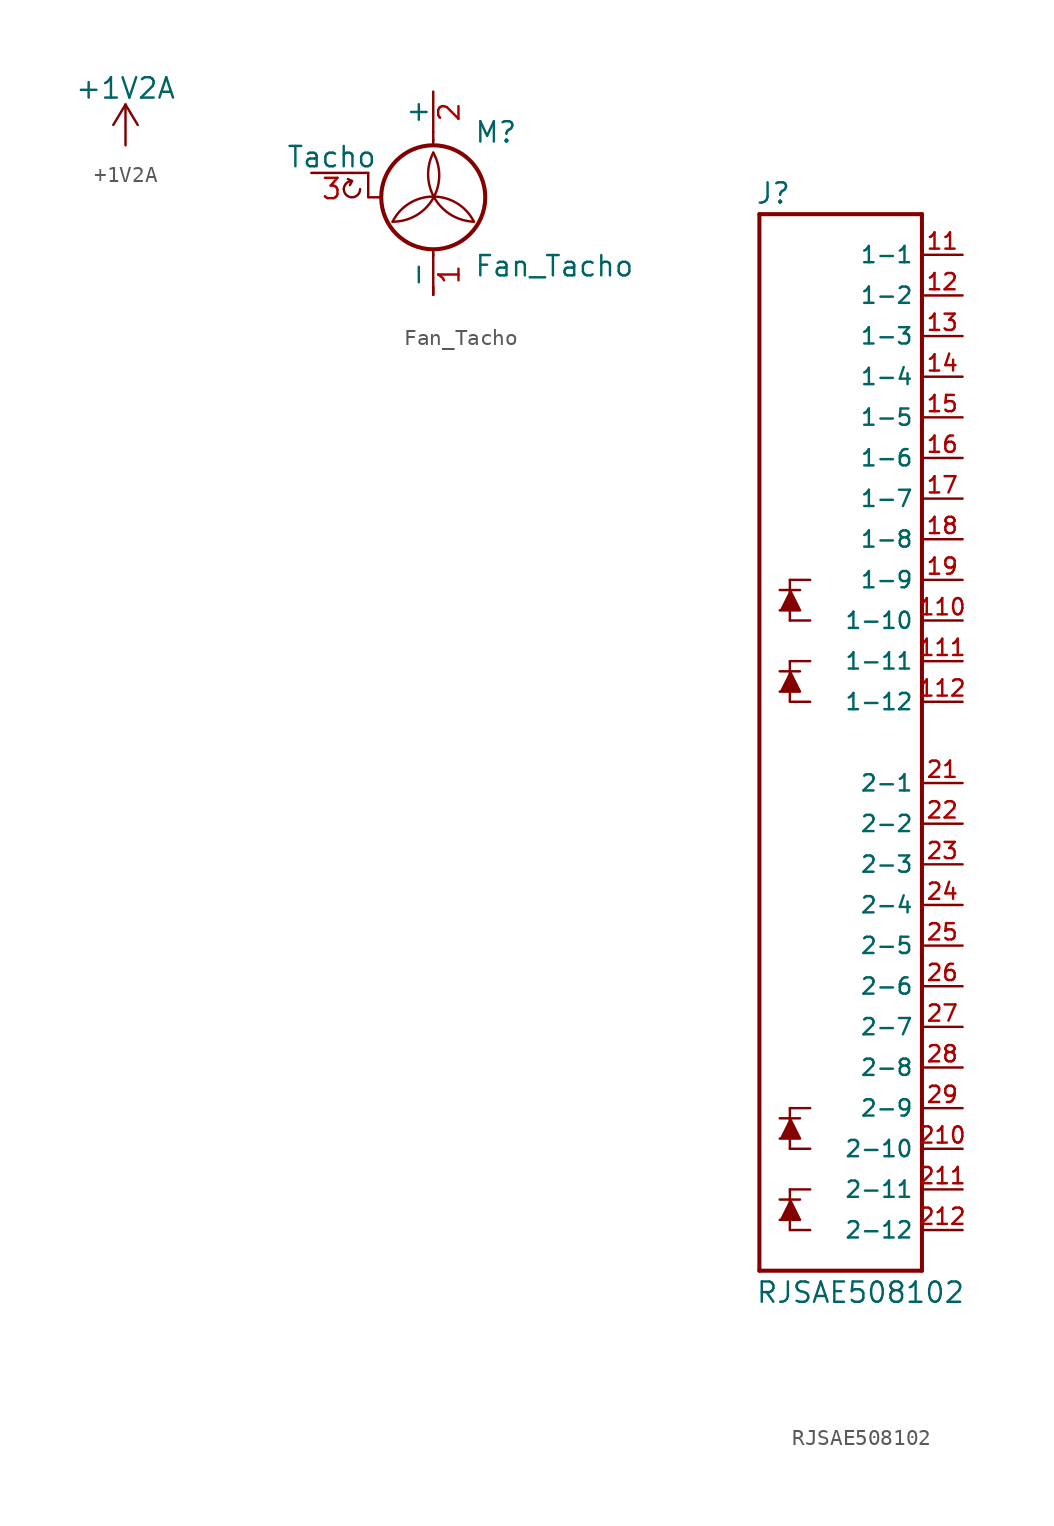
<source format=kicad_sym>
(kicad_symbol_lib
  (version 20200126)
  (host kicad_symbol_editor "5.99.0-unknown-1973153~101~ubuntu20.04.1")
  (symbol "L1Switch:+1V2A"
    (power)
    (pin_names
      (offset 0))
    (property "Reference" "#PWR"
      (at 0 -3.81 0)
      (effects (font (size 1.27 1.27)) hide))
    (property "Value" "+1V2A"
      (at 0 3.556 0)
      (effects (font (size 1.27 1.27))))
    (symbol "+1V2A_0_1"
      (polyline (pts (xy -0.762 1.27) (xy 0 2.54)) (stroke (width 0)) (fill (type none)))
      (polyline (pts (xy 0 0) (xy 0 2.54)) (stroke (width 0)) (fill (type none)))
      (polyline (pts (xy 0 2.54) (xy 0.762 1.27)) (stroke (width 0)) (fill (type none))))
    (symbol "+1V2A_1_1"
      (pin power_in line (at 0 0 90) (length 0) hide (name "+1V2A" (effects (font (size 1.27 1.27)))) (number "1" (effects (font (size 1.27 1.27)))))))
  (symbol "L1Switch:Fan_Tacho"
    (pin_names
      (offset 0))
    (property "Reference" "M"
      (at 2.54 2.54 0)
      (effects (font (size 1.27 1.27)) (justify left)))
    (property "Value" "Fan_Tacho"
      (at 2.54 -5.08 0)
      (effects (font (size 1.27 1.27)) (justify left top)))
    (symbol "Fan_Tacho_0_0"
      (arc (start -5.588 -1.016) (end -5.08 -0.508) (radius (at -5.08 -1.016) (length 0.508) (angles 180 90)) (stroke (width 0)) (fill (type none)))
      (arc (start -5.588 -1.016) (end -4.572 -1.016) (radius (at -5.08 -1.016) (length 0.508) (angles -179.9 -0.1)) (stroke (width 0)) (fill (type none)))
      (polyline (pts (xy -5.08 -0.508) (xy -5.334 -0.381)) (stroke (width 0)) (fill (type none)))
      (polyline (pts (xy -5.08 -0.508) (xy -5.207 -0.762)) (stroke (width 0)) (fill (type none)))
      (polyline (pts (xy -4.064 0) (xy -4.064 -1.524) (xy -3.302 -1.524)) (stroke (width 0)) (fill (type none))))
    (symbol "Fan_Tacho_0_1"
      (arc (start 0 1.27) (end -2.54 -3.048) (radius (at -2.4892 -0.1524) (length 2.8702) (angles 29.7 -91)) (stroke (width 0)) (fill (type none)))
      (arc (start -2.54 -3.048) (end 2.54 -3.048) (radius (at 0 -4.318) (length 2.8448) (angles 153.4 26.6)) (stroke (width 0)) (fill (type none)))
      (arc (start 2.54 -3.048) (end 0 1.27) (radius (at 2.6162 -0.127) (length 2.921) (angles -91.5 151.9)) (stroke (width 0)) (fill (type none)))
      (circle (center 0 -1.524) (radius 3.251) (stroke (width 0.254)) (fill (type none)))
      (polyline (pts (xy -4.064 0) (xy -5.08 0)) (stroke (width 0)) (fill (type none)))
      (polyline (pts (xy 0 -7.62) (xy 0 -7.112)) (stroke (width 0)) (fill (type none)))
      (polyline (pts (xy 0 -4.775) (xy 0 -5.182)) (stroke (width 0)) (fill (type none)))
      (polyline (pts (xy 0 1.727) (xy 0 2.083)) (stroke (width 0)) (fill (type none)))
      (polyline (pts (xy 0 2.032) (xy 0 2.54)) (stroke (width 0)) (fill (type none))))
    (symbol "Fan_Tacho_1_1"
      (pin passive line (at -7.62 0 0) (length 2.54) (name "Tacho" (effects (font (size 1.27 1.27)))) (number "3" (effects (font (size 1.27 1.27)))))
      (pin passive line (at 0 5.08 270) (length 2.54) (name "+" (effects (font (size 1.27 1.27)))) (number "2" (effects (font (size 1.27 1.27)))))
      (pin passive line (at 0 -7.62 90) (length 2.54) (name "-" (effects (font (size 1.27 1.27)))) (number "1" (effects (font (size 1.27 1.27)))))))
  (symbol "L1Switch:RJSAE508102"
    (property "Reference" "J"
      (at -5.334 31.039 0)
      (effects (font (size 1.27 1.27)) (justify left bottom)))
    (property "Value" "RJSAE508102"
      (at -5.334 -37.668 0)
      (effects (font (size 1.27 1.27)) (justify left bottom)))
    (property "ki_locked" ""
      (at 0 0 0)
      (effects (font (size 1.27 1.27))))
    (symbol "RJSAE508102_0_0"
      (polyline (pts (xy -5.08 -35.56) (xy -5.08 30.48)) (stroke (width 0.254)) (fill (type none)))
      (polyline (pts (xy -5.08 30.48) (xy 5.08 30.48)) (stroke (width 0.254)) (fill (type none)))
      (polyline (pts (xy -3.81 -31.115) (xy -2.54 -31.115)) (stroke (width 0.152)) (fill (type none)))
      (polyline (pts (xy -3.81 -26.035) (xy -2.54 -26.035)) (stroke (width 0.152)) (fill (type none)))
      (polyline (pts (xy -3.81 1.905) (xy -2.54 1.905)) (stroke (width 0.152)) (fill (type none)))
      (polyline (pts (xy -3.81 6.985) (xy -2.54 6.985)) (stroke (width 0.152)) (fill (type none)))
      (polyline (pts (xy -3.175 -33.02) (xy -1.905 -33.02)) (stroke (width 0.152)) (fill (type none)))
      (polyline (pts (xy -3.175 -30.48) (xy -3.175 -33.02)) (stroke (width 0.152)) (fill (type none)))
      (polyline (pts (xy -3.175 -27.94) (xy -1.905 -27.94)) (stroke (width 0.152)) (fill (type none)))
      (polyline (pts (xy -3.175 -25.4) (xy -3.175 -27.94)) (stroke (width 0.152)) (fill (type none)))
      (polyline (pts (xy -3.175 0) (xy -1.905 0)) (stroke (width 0.152)) (fill (type none)))
      (polyline (pts (xy -3.175 2.54) (xy -3.175 0)) (stroke (width 0.152)) (fill (type none)))
      (polyline (pts (xy -3.175 5.08) (xy -1.905 5.08)) (stroke (width 0.152)) (fill (type none)))
      (polyline (pts (xy -3.175 7.62) (xy -3.175 5.08)) (stroke (width 0.152)) (fill (type none)))
      (polyline (pts (xy -1.905 -30.48) (xy -3.175 -30.48)) (stroke (width 0.152)) (fill (type none)))
      (polyline (pts (xy -1.905 -25.4) (xy -3.175 -25.4)) (stroke (width 0.152)) (fill (type none)))
      (polyline (pts (xy -1.905 2.54) (xy -3.175 2.54)) (stroke (width 0.152)) (fill (type none)))
      (polyline (pts (xy -1.905 7.62) (xy -3.175 7.62)) (stroke (width 0.152)) (fill (type none)))
      (polyline (pts (xy 5.08 -35.56) (xy -5.08 -35.56)) (stroke (width 0.254)) (fill (type none)))
      (polyline (pts (xy 5.08 30.48) (xy 5.08 -35.56)) (stroke (width 0.254)) (fill (type none)))
      (polyline (pts (xy -3.81 -32.385) (xy -2.54 -32.385) (xy -3.175 -31.115)) (stroke (width 0.152)) (fill (type outline)))
      (polyline (pts (xy -3.81 -27.305) (xy -2.54 -27.305) (xy -3.175 -26.035)) (stroke (width 0.152)) (fill (type outline)))
      (polyline (pts (xy -3.81 0.635) (xy -2.54 0.635) (xy -3.175 1.905)) (stroke (width 0.152)) (fill (type outline)))
      (polyline (pts (xy -3.81 5.715) (xy -2.54 5.715) (xy -3.175 6.985)) (stroke (width 0.152)) (fill (type outline)))
      (pin passive line (at 7.62 27.94 180) (length 2.54) (name "1-1" (effects (font (size 1.016 1.016)))) (number "11" (effects (font (size 1.016 1.016)))))
      (pin passive line (at 7.62 5.08 180) (length 2.54) (name "1-10" (effects (font (size 1.016 1.016)))) (number "110" (effects (font (size 1.016 1.016)))))
      (pin passive line (at 7.62 2.54 180) (length 2.54) (name "1-11" (effects (font (size 1.016 1.016)))) (number "111" (effects (font (size 1.016 1.016)))))
      (pin passive line (at 7.62 0 180) (length 2.54) (name "1-12" (effects (font (size 1.016 1.016)))) (number "112" (effects (font (size 1.016 1.016)))))
      (pin passive line (at 7.62 25.4 180) (length 2.54) (name "1-2" (effects (font (size 1.016 1.016)))) (number "12" (effects (font (size 1.016 1.016)))))
      (pin passive line (at 7.62 22.86 180) (length 2.54) (name "1-3" (effects (font (size 1.016 1.016)))) (number "13" (effects (font (size 1.016 1.016)))))
      (pin passive line (at 7.62 20.32 180) (length 2.54) (name "1-4" (effects (font (size 1.016 1.016)))) (number "14" (effects (font (size 1.016 1.016)))))
      (pin passive line (at 7.62 17.78 180) (length 2.54) (name "1-5" (effects (font (size 1.016 1.016)))) (number "15" (effects (font (size 1.016 1.016)))))
      (pin passive line (at 7.62 15.24 180) (length 2.54) (name "1-6" (effects (font (size 1.016 1.016)))) (number "16" (effects (font (size 1.016 1.016)))))
      (pin passive line (at 7.62 12.7 180) (length 2.54) (name "1-7" (effects (font (size 1.016 1.016)))) (number "17" (effects (font (size 1.016 1.016)))))
      (pin passive line (at 7.62 10.16 180) (length 2.54) (name "1-8" (effects (font (size 1.016 1.016)))) (number "18" (effects (font (size 1.016 1.016)))))
      (pin passive line (at 7.62 7.62 180) (length 2.54) (name "1-9" (effects (font (size 1.016 1.016)))) (number "19" (effects (font (size 1.016 1.016)))))
      (pin passive line (at 7.62 -5.08 180) (length 2.54) (name "2-1" (effects (font (size 1.016 1.016)))) (number "21" (effects (font (size 1.016 1.016)))))
      (pin passive line (at 7.62 -27.94 180) (length 2.54) (name "2-10" (effects (font (size 1.016 1.016)))) (number "210" (effects (font (size 1.016 1.016)))))
      (pin passive line (at 7.62 -30.48 180) (length 2.54) (name "2-11" (effects (font (size 1.016 1.016)))) (number "211" (effects (font (size 1.016 1.016)))))
      (pin passive line (at 7.62 -33.02 180) (length 2.54) (name "2-12" (effects (font (size 1.016 1.016)))) (number "212" (effects (font (size 1.016 1.016)))))
      (pin passive line (at 7.62 -7.62 180) (length 2.54) (name "2-2" (effects (font (size 1.016 1.016)))) (number "22" (effects (font (size 1.016 1.016)))))
      (pin passive line (at 7.62 -10.16 180) (length 2.54) (name "2-3" (effects (font (size 1.016 1.016)))) (number "23" (effects (font (size 1.016 1.016)))))
      (pin passive line (at 7.62 -12.7 180) (length 2.54) (name "2-4" (effects (font (size 1.016 1.016)))) (number "24" (effects (font (size 1.016 1.016)))))
      (pin passive line (at 7.62 -15.24 180) (length 2.54) (name "2-5" (effects (font (size 1.016 1.016)))) (number "25" (effects (font (size 1.016 1.016)))))
      (pin passive line (at 7.62 -17.78 180) (length 2.54) (name "2-6" (effects (font (size 1.016 1.016)))) (number "26" (effects (font (size 1.016 1.016)))))
      (pin passive line (at 7.62 -20.32 180) (length 2.54) (name "2-7" (effects (font (size 1.016 1.016)))) (number "27" (effects (font (size 1.016 1.016)))))
      (pin passive line (at 7.62 -22.86 180) (length 2.54) (name "2-8" (effects (font (size 1.016 1.016)))) (number "28" (effects (font (size 1.016 1.016)))))
      (pin passive line (at 7.62 -25.4 180) (length 2.54) (name "2-9" (effects (font (size 1.016 1.016)))) (number "29" (effects (font (size 1.016 1.016))))))))
</source>
